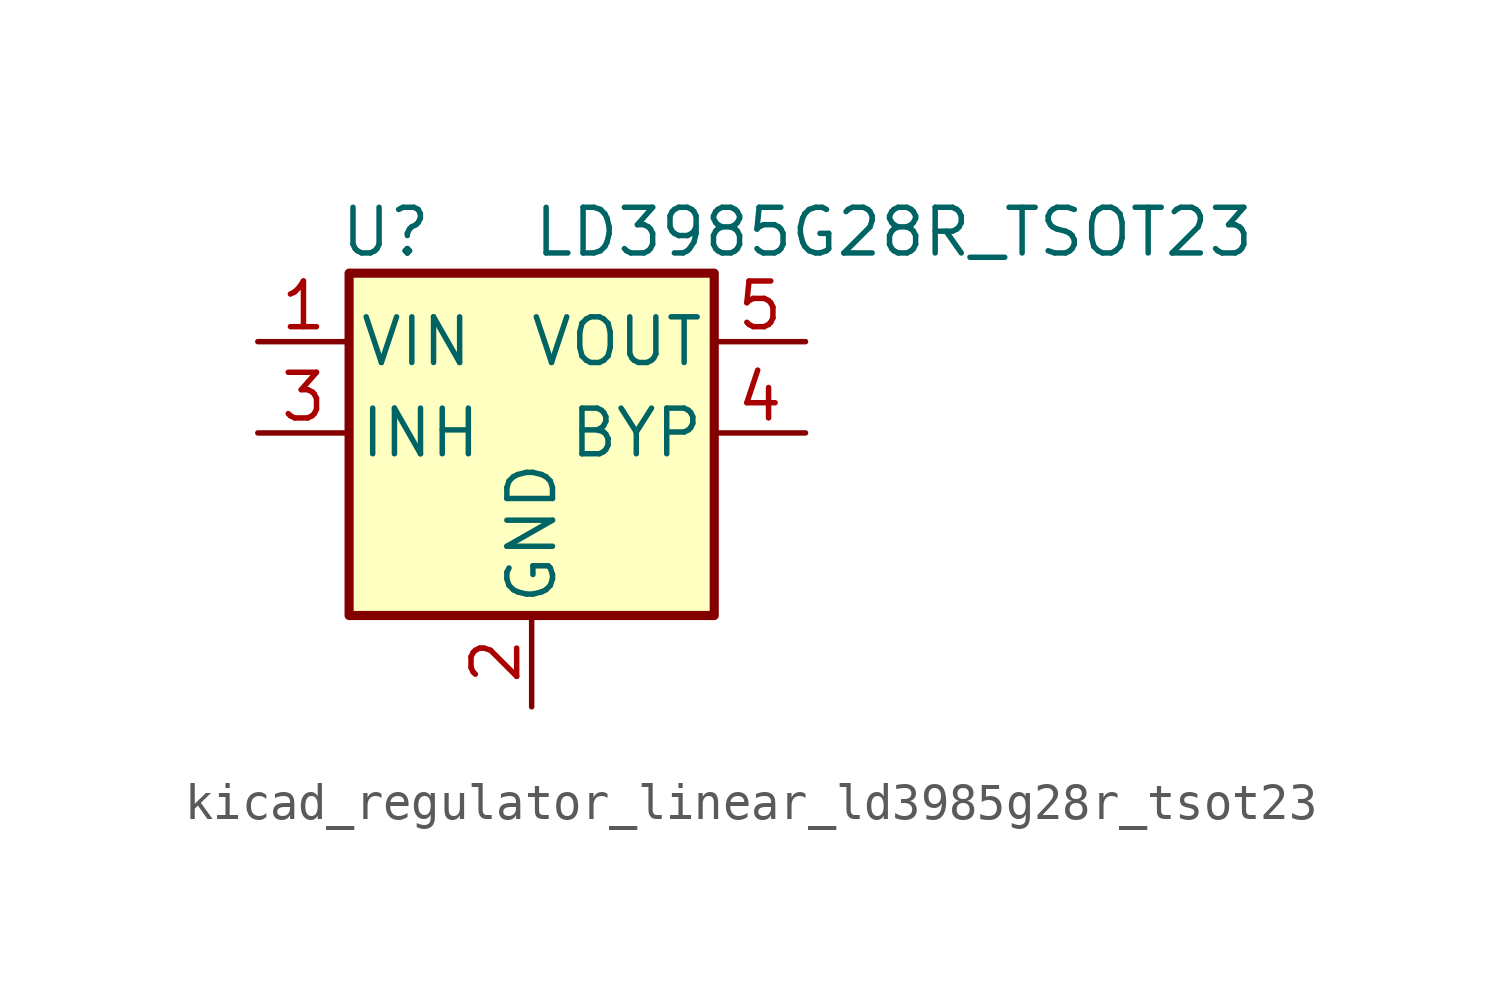
<source format=kicad_sym>
(kicad_symbol_lib
  (version 20220914)
  (generator kicad_symbol_editor)
  (symbol "kicad_regulator_linear_ld3985g28r_tsot23"
    (pin_names
      (offset 0.254))
    (property "Reference" "U"
      (at -4.064 5.588 0)
      (effects (font (size 1.27 1.27))))
    (property "Value" "LD3985G28R_TSOT23"
      (at 0 5.588 0)
      (effects (font (size 1.27 1.27)) (justify left)))
    (symbol "kicad_regulator_linear_ld3985g28r_tsot23_0_1"
      (rectangle (start -5.08 4.445) (end 5.08 -5.08) (stroke (width 0.254) (type default)) (fill (type background))))
    (symbol "kicad_regulator_linear_ld3985g28r_tsot23_1_1"
      (pin power_in line (at -7.62 2.54 0) (length 2.54) (name "VIN" (effects (font (size 1.27 1.27)))) (number "1" (effects (font (size 1.27 1.27)))))
      (pin power_in line (at 0 -7.62 90) (length 2.54) (name "GND" (effects (font (size 1.27 1.27)))) (number "2" (effects (font (size 1.27 1.27)))))
      (pin input line (at -7.62 0 0) (length 2.54) (name "INH" (effects (font (size 1.27 1.27)))) (number "3" (effects (font (size 1.27 1.27)))))
      (pin input line (at 7.62 0 180) (length 2.54) (name "BYP" (effects (font (size 1.27 1.27)))) (number "4" (effects (font (size 1.27 1.27)))))
      (pin power_out line (at 7.62 2.54 180) (length 2.54) (name "VOUT" (effects (font (size 1.27 1.27)))) (number "5" (effects (font (size 1.27 1.27))))))))
</source>
